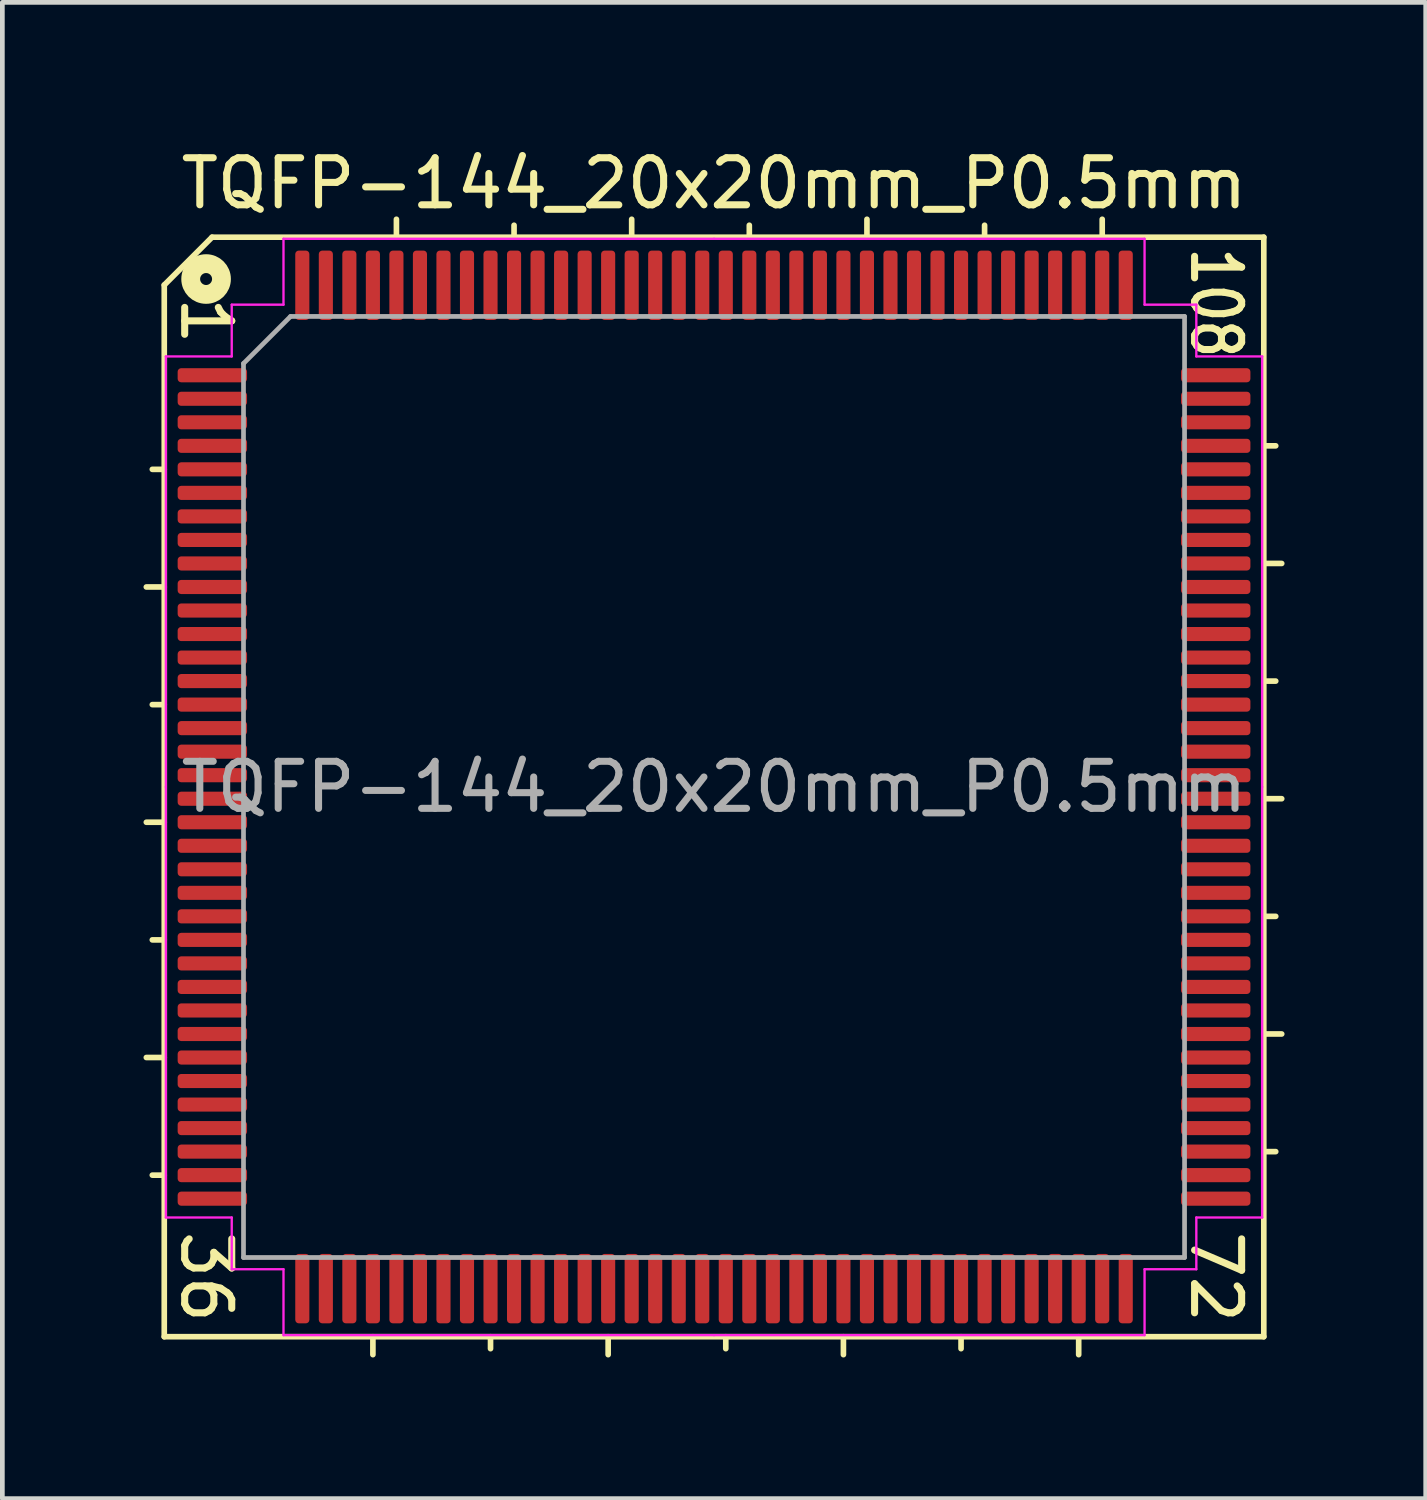
<source format=kicad_pcb>
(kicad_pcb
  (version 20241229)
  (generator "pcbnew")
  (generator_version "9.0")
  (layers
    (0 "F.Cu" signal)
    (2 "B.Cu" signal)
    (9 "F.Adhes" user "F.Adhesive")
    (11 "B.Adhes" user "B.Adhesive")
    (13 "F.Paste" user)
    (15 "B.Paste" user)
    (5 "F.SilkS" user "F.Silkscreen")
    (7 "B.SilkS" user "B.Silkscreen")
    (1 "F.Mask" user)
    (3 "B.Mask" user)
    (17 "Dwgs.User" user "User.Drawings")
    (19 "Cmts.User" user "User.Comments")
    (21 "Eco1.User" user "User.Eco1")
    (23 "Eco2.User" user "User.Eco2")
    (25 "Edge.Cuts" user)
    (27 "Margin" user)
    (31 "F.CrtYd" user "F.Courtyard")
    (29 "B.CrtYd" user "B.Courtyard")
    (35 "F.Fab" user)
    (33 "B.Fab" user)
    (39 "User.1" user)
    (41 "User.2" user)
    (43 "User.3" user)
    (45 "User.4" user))
  (footprint "TQFP-144_20x20mm_P0.5mm"
    (layer "F.Cu")
    (at 12.125 13.675)
    (property "Reference" "TQFP-144_20x20mm_P0.5mm" (at 0 -12.827 0) (layer "F.SilkS") (effects (font (size 1 1) (thickness 0.15))))
    (attr smd)
    (fp_line (start -11.684 -10.668) (end -11.684 11.684) (stroke (width 0.12) (type solid)) (layer "F.SilkS"))
    (fp_line (start -11.684 -6.75) (end -11.938 -6.75) (stroke (width 0.12) (type solid)) (layer "F.SilkS"))
    (fp_line (start -11.684 -4.25) (end -12.065 -4.25) (stroke (width 0.12) (type solid)) (layer "F.SilkS"))
    (fp_line (start -11.684 -1.75) (end -11.938 -1.75) (stroke (width 0.12) (type solid)) (layer "F.SilkS"))
    (fp_line (start -11.684 0.75) (end -12.065 0.75) (stroke (width 0.12) (type solid)) (layer "F.SilkS"))
    (fp_line (start -11.684 3.25) (end -11.938 3.25) (stroke (width 0.12) (type solid)) (layer "F.SilkS"))
    (fp_line (start -11.684 5.75) (end -12.065 5.75) (stroke (width 0.12) (type solid)) (layer "F.SilkS"))
    (fp_line (start -11.684 8.25) (end -11.938 8.25) (stroke (width 0.12) (type solid)) (layer "F.SilkS"))
    (fp_line (start -11.684 11.684) (end 11.684 11.684) (stroke (width 0.12) (type solid)) (layer "F.SilkS"))
    (fp_line (start -10.668 -11.684) (end -11.684 -10.668) (stroke (width 0.12) (type solid)) (layer "F.SilkS"))
    (fp_line (start -7.25 11.684) (end -7.25 12.065) (stroke (width 0.12) (type solid)) (layer "F.SilkS"))
    (fp_line (start -6.75 -11.684) (end -6.75 -12.065) (stroke (width 0.12) (type solid)) (layer "F.SilkS"))
    (fp_line (start -4.75 11.684) (end -4.75 11.938) (stroke (width 0.12) (type solid)) (layer "F.SilkS"))
    (fp_line (start -4.25 -11.684) (end -4.25 -11.938) (stroke (width 0.12) (type solid)) (layer "F.SilkS"))
    (fp_line (start -2.25 11.684) (end -2.25 12.065) (stroke (width 0.12) (type solid)) (layer "F.SilkS"))
    (fp_line (start -1.75 -11.684) (end -1.75 -12.065) (stroke (width 0.12) (type solid)) (layer "F.SilkS"))
    (fp_line (start 0.25 11.684) (end 0.25 11.938) (stroke (width 0.12) (type solid)) (layer "F.SilkS"))
    (fp_line (start 0.75 -11.684) (end 0.75 -11.938) (stroke (width 0.12) (type solid)) (layer "F.SilkS"))
    (fp_line (start 2.75 11.684) (end 2.75 12.065) (stroke (width 0.12) (type solid)) (layer "F.SilkS"))
    (fp_line (start 3.25 -11.684) (end 3.25 -12.065) (stroke (width 0.12) (type solid)) (layer "F.SilkS"))
    (fp_line (start 5.25 11.684) (end 5.25 11.938) (stroke (width 0.12) (type solid)) (layer "F.SilkS"))
    (fp_line (start 5.75 -11.684) (end 5.75 -11.938) (stroke (width 0.12) (type solid)) (layer "F.SilkS"))
    (fp_line (start 7.75 11.684) (end 7.75 12.065) (stroke (width 0.12) (type solid)) (layer "F.SilkS"))
    (fp_line (start 8.25 -11.684) (end 8.25 -12.065) (stroke (width 0.12) (type solid)) (layer "F.SilkS"))
    (fp_line (start 11.684 -11.684) (end -10.668 -11.684) (stroke (width 0.12) (type solid)) (layer "F.SilkS"))
    (fp_line (start 11.684 -7.25) (end 11.938 -7.25) (stroke (width 0.12) (type solid)) (layer "F.SilkS"))
    (fp_line (start 11.684 -4.75) (end 12.065 -4.75) (stroke (width 0.12) (type solid)) (layer "F.SilkS"))
    (fp_line (start 11.684 -2.25) (end 11.938 -2.25) (stroke (width 0.12) (type solid)) (layer "F.SilkS"))
    (fp_line (start 11.684 0.25) (end 12.065 0.25) (stroke (width 0.12) (type solid)) (layer "F.SilkS"))
    (fp_line (start 11.684 2.75) (end 11.938 2.75) (stroke (width 0.12) (type solid)) (layer "F.SilkS"))
    (fp_line (start 11.684 5.25) (end 12.065 5.25) (stroke (width 0.12) (type solid)) (layer "F.SilkS"))
    (fp_line (start 11.684 7.75) (end 11.938 7.75) (stroke (width 0.12) (type solid)) (layer "F.SilkS"))
    (fp_line (start 11.684 11.684) (end 11.684 -11.684) (stroke (width 0.12) (type solid)) (layer "F.SilkS"))
    (fp_circle (center -10.795 -10.795) (end -10.668 -10.795) (stroke (width 0.4) (type solid)) (fill no) (layer "F.SilkS"))
    (fp_line (start -11.65 -9.15) (end -11.65 0) (stroke (width 0.05) (type solid)) (layer "F.CrtYd"))
    (fp_line (start -11.65 9.15) (end -11.65 0) (stroke (width 0.05) (type solid)) (layer "F.CrtYd"))
    (fp_line (start -10.25 -10.25) (end -10.25 -9.15) (stroke (width 0.05) (type solid)) (layer "F.CrtYd"))
    (fp_line (start -10.25 -9.15) (end -11.65 -9.15) (stroke (width 0.05) (type solid)) (layer "F.CrtYd"))
    (fp_line (start -10.25 9.15) (end -11.65 9.15) (stroke (width 0.05) (type solid)) (layer "F.CrtYd"))
    (fp_line (start -10.25 10.25) (end -10.25 9.15) (stroke (width 0.05) (type solid)) (layer "F.CrtYd"))
    (fp_line (start -9.15 -11.65) (end -9.15 -10.25) (stroke (width 0.05) (type solid)) (layer "F.CrtYd"))
    (fp_line (start -9.15 -10.25) (end -10.25 -10.25) (stroke (width 0.05) (type solid)) (layer "F.CrtYd"))
    (fp_line (start -9.15 10.25) (end -10.25 10.25) (stroke (width 0.05) (type solid)) (layer "F.CrtYd"))
    (fp_line (start -9.15 11.65) (end -9.15 10.25) (stroke (width 0.05) (type solid)) (layer "F.CrtYd"))
    (fp_line (start 0 -11.65) (end -9.15 -11.65) (stroke (width 0.05) (type solid)) (layer "F.CrtYd"))
    (fp_line (start 0 -11.65) (end 9.15 -11.65) (stroke (width 0.05) (type solid)) (layer "F.CrtYd"))
    (fp_line (start 0 11.65) (end -9.15 11.65) (stroke (width 0.05) (type solid)) (layer "F.CrtYd"))
    (fp_line (start 0 11.65) (end 9.15 11.65) (stroke (width 0.05) (type solid)) (layer "F.CrtYd"))
    (fp_line (start 9.15 -11.65) (end 9.15 -10.25) (stroke (width 0.05) (type solid)) (layer "F.CrtYd"))
    (fp_line (start 9.15 -10.25) (end 10.25 -10.25) (stroke (width 0.05) (type solid)) (layer "F.CrtYd"))
    (fp_line (start 9.15 10.25) (end 10.25 10.25) (stroke (width 0.05) (type solid)) (layer "F.CrtYd"))
    (fp_line (start 9.15 11.65) (end 9.15 10.25) (stroke (width 0.05) (type solid)) (layer "F.CrtYd"))
    (fp_line (start 10.25 -10.25) (end 10.25 -9.15) (stroke (width 0.05) (type solid)) (layer "F.CrtYd"))
    (fp_line (start 10.25 -9.15) (end 11.65 -9.15) (stroke (width 0.05) (type solid)) (layer "F.CrtYd"))
    (fp_line (start 10.25 9.15) (end 11.65 9.15) (stroke (width 0.05) (type solid)) (layer "F.CrtYd"))
    (fp_line (start 10.25 10.25) (end 10.25 9.15) (stroke (width 0.05) (type solid)) (layer "F.CrtYd"))
    (fp_line (start 11.65 -9.15) (end 11.65 0) (stroke (width 0.05) (type solid)) (layer "F.CrtYd"))
    (fp_line (start 11.65 9.15) (end 11.65 0) (stroke (width 0.05) (type solid)) (layer "F.CrtYd"))
    (fp_line (start -10 -9) (end -9 -10) (stroke (width 0.1) (type solid)) (layer "F.Fab"))
    (fp_line (start -10 10) (end -10 -9) (stroke (width 0.1) (type solid)) (layer "F.Fab"))
    (fp_line (start -9 -10) (end 10 -10) (stroke (width 0.1) (type solid)) (layer "F.Fab"))
    (fp_line (start 10 -10) (end 10 10) (stroke (width 0.1) (type solid)) (layer "F.Fab"))
    (fp_line (start 10 10) (end -10 10) (stroke (width 0.1) (type solid)) (layer "F.Fab"))
    (fp_text user "1" (at -10.795 -9.906 270) (unlocked yes) (layer "F.SilkS") (effects (font (size 1 1) (thickness 0.15))))
    (fp_text user "36" (at -10.795 10.414 270) (unlocked yes) (layer "F.SilkS") (effects (font (size 1 1) (thickness 0.15))))
    (fp_text user "72" (at 10.668 10.414 270) (unlocked yes) (layer "F.SilkS") (effects (font (size 1 1) (thickness 0.15))))
    (fp_text user "108" (at 10.668 -10.287 270) (unlocked yes) (layer "F.SilkS") (effects (font (size 1 0.8) (thickness 0.15))))
    (fp_text user "${REFERENCE}" (at 0 0 0) (layer "F.Fab") (effects (font (size 1 1) (thickness 0.15))))
    (pad "1" smd roundrect (at -10.662 -8.75) (size 1.475 0.3) (layers "F.Cu" "F.Mask" "F.Paste") (roundrect_rratio 0.25))
    (pad "2" smd roundrect (at -10.662 -8.25) (size 1.475 0.3) (layers "F.Cu" "F.Mask" "F.Paste") (roundrect_rratio 0.25))
    (pad "3" smd roundrect (at -10.662 -7.75) (size 1.475 0.3) (layers "F.Cu" "F.Mask" "F.Paste") (roundrect_rratio 0.25))
    (pad "4" smd roundrect (at -10.662 -7.25) (size 1.475 0.3) (layers "F.Cu" "F.Mask" "F.Paste") (roundrect_rratio 0.25))
    (pad "5" smd roundrect (at -10.662 -6.75) (size 1.475 0.3) (layers "F.Cu" "F.Mask" "F.Paste") (roundrect_rratio 0.25))
    (pad "6" smd roundrect (at -10.662 -6.25) (size 1.475 0.3) (layers "F.Cu" "F.Mask" "F.Paste") (roundrect_rratio 0.25))
    (pad "7" smd roundrect (at -10.662 -5.75) (size 1.475 0.3) (layers "F.Cu" "F.Mask" "F.Paste") (roundrect_rratio 0.25))
    (pad "8" smd roundrect (at -10.662 -5.25) (size 1.475 0.3) (layers "F.Cu" "F.Mask" "F.Paste") (roundrect_rratio 0.25))
    (pad "9" smd roundrect (at -10.662 -4.75) (size 1.475 0.3) (layers "F.Cu" "F.Mask" "F.Paste") (roundrect_rratio 0.25))
    (pad "10" smd roundrect (at -10.662 -4.25) (size 1.475 0.3) (layers "F.Cu" "F.Mask" "F.Paste") (roundrect_rratio 0.25))
    (pad "11" smd roundrect (at -10.662 -3.75) (size 1.475 0.3) (layers "F.Cu" "F.Mask" "F.Paste") (roundrect_rratio 0.25))
    (pad "12" smd roundrect (at -10.662 -3.25) (size 1.475 0.3) (layers "F.Cu" "F.Mask" "F.Paste") (roundrect_rratio 0.25))
    (pad "13" smd roundrect (at -10.662 -2.75) (size 1.475 0.3) (layers "F.Cu" "F.Mask" "F.Paste") (roundrect_rratio 0.25))
    (pad "14" smd roundrect (at -10.662 -2.25) (size 1.475 0.3) (layers "F.Cu" "F.Mask" "F.Paste") (roundrect_rratio 0.25))
    (pad "15" smd roundrect (at -10.662 -1.75) (size 1.475 0.3) (layers "F.Cu" "F.Mask" "F.Paste") (roundrect_rratio 0.25))
    (pad "16" smd roundrect (at -10.662 -1.25) (size 1.475 0.3) (layers "F.Cu" "F.Mask" "F.Paste") (roundrect_rratio 0.25))
    (pad "17" smd roundrect (at -10.662 -0.75) (size 1.475 0.3) (layers "F.Cu" "F.Mask" "F.Paste") (roundrect_rratio 0.25))
    (pad "18" smd roundrect (at -10.662 -0.25) (size 1.475 0.3) (layers "F.Cu" "F.Mask" "F.Paste") (roundrect_rratio 0.25))
    (pad "19" smd roundrect (at -10.662 0.25) (size 1.475 0.3) (layers "F.Cu" "F.Mask" "F.Paste") (roundrect_rratio 0.25))
    (pad "20" smd roundrect (at -10.662 0.75) (size 1.475 0.3) (layers "F.Cu" "F.Mask" "F.Paste") (roundrect_rratio 0.25))
    (pad "21" smd roundrect (at -10.662 1.25) (size 1.475 0.3) (layers "F.Cu" "F.Mask" "F.Paste") (roundrect_rratio 0.25))
    (pad "22" smd roundrect (at -10.662 1.75) (size 1.475 0.3) (layers "F.Cu" "F.Mask" "F.Paste") (roundrect_rratio 0.25))
    (pad "23" smd roundrect (at -10.662 2.25) (size 1.475 0.3) (layers "F.Cu" "F.Mask" "F.Paste") (roundrect_rratio 0.25))
    (pad "24" smd roundrect (at -10.662 2.75) (size 1.475 0.3) (layers "F.Cu" "F.Mask" "F.Paste") (roundrect_rratio 0.25))
    (pad "25" smd roundrect (at -10.662 3.25) (size 1.475 0.3) (layers "F.Cu" "F.Mask" "F.Paste") (roundrect_rratio 0.25))
    (pad "26" smd roundrect (at -10.662 3.75) (size 1.475 0.3) (layers "F.Cu" "F.Mask" "F.Paste") (roundrect_rratio 0.25))
    (pad "27" smd roundrect (at -10.662 4.25) (size 1.475 0.3) (layers "F.Cu" "F.Mask" "F.Paste") (roundrect_rratio 0.25))
    (pad "28" smd roundrect (at -10.662 4.75) (size 1.475 0.3) (layers "F.Cu" "F.Mask" "F.Paste") (roundrect_rratio 0.25))
    (pad "29" smd roundrect (at -10.662 5.25) (size 1.475 0.3) (layers "F.Cu" "F.Mask" "F.Paste") (roundrect_rratio 0.25))
    (pad "30" smd roundrect (at -10.662 5.75) (size 1.475 0.3) (layers "F.Cu" "F.Mask" "F.Paste") (roundrect_rratio 0.25))
    (pad "31" smd roundrect (at -10.662 6.25) (size 1.475 0.3) (layers "F.Cu" "F.Mask" "F.Paste") (roundrect_rratio 0.25))
    (pad "32" smd roundrect (at -10.662 6.75) (size 1.475 0.3) (layers "F.Cu" "F.Mask" "F.Paste") (roundrect_rratio 0.25))
    (pad "33" smd roundrect (at -10.662 7.25) (size 1.475 0.3) (layers "F.Cu" "F.Mask" "F.Paste") (roundrect_rratio 0.25))
    (pad "34" smd roundrect (at -10.662 7.75) (size 1.475 0.3) (layers "F.Cu" "F.Mask" "F.Paste") (roundrect_rratio 0.25))
    (pad "35" smd roundrect (at -10.662 8.25) (size 1.475 0.3) (layers "F.Cu" "F.Mask" "F.Paste") (roundrect_rratio 0.25))
    (pad "36" smd roundrect (at -10.662 8.75) (size 1.475 0.3) (layers "F.Cu" "F.Mask" "F.Paste") (roundrect_rratio 0.25))
    (pad "37" smd roundrect (at -8.75 10.662) (size 0.3 1.475) (layers "F.Cu" "F.Mask" "F.Paste") (roundrect_rratio 0.25))
    (pad "38" smd roundrect (at -8.25 10.662) (size 0.3 1.475) (layers "F.Cu" "F.Mask" "F.Paste") (roundrect_rratio 0.25))
    (pad "39" smd roundrect (at -7.75 10.662) (size 0.3 1.475) (layers "F.Cu" "F.Mask" "F.Paste") (roundrect_rratio 0.25))
    (pad "40" smd roundrect (at -7.25 10.662) (size 0.3 1.475) (layers "F.Cu" "F.Mask" "F.Paste") (roundrect_rratio 0.25))
    (pad "41" smd roundrect (at -6.75 10.662) (size 0.3 1.475) (layers "F.Cu" "F.Mask" "F.Paste") (roundrect_rratio 0.25))
    (pad "42" smd roundrect (at -6.25 10.662) (size 0.3 1.475) (layers "F.Cu" "F.Mask" "F.Paste") (roundrect_rratio 0.25))
    (pad "43" smd roundrect (at -5.75 10.662) (size 0.3 1.475) (layers "F.Cu" "F.Mask" "F.Paste") (roundrect_rratio 0.25))
    (pad "44" smd roundrect (at -5.25 10.662) (size 0.3 1.475) (layers "F.Cu" "F.Mask" "F.Paste") (roundrect_rratio 0.25))
    (pad "45" smd roundrect (at -4.75 10.662) (size 0.3 1.475) (layers "F.Cu" "F.Mask" "F.Paste") (roundrect_rratio 0.25))
    (pad "46" smd roundrect (at -4.25 10.662) (size 0.3 1.475) (layers "F.Cu" "F.Mask" "F.Paste") (roundrect_rratio 0.25))
    (pad "47" smd roundrect (at -3.75 10.662) (size 0.3 1.475) (layers "F.Cu" "F.Mask" "F.Paste") (roundrect_rratio 0.25))
    (pad "48" smd roundrect (at -3.25 10.662) (size 0.3 1.475) (layers "F.Cu" "F.Mask" "F.Paste") (roundrect_rratio 0.25))
    (pad "49" smd roundrect (at -2.75 10.662) (size 0.3 1.475) (layers "F.Cu" "F.Mask" "F.Paste") (roundrect_rratio 0.25))
    (pad "50" smd roundrect (at -2.25 10.662) (size 0.3 1.475) (layers "F.Cu" "F.Mask" "F.Paste") (roundrect_rratio 0.25))
    (pad "51" smd roundrect (at -1.75 10.662) (size 0.3 1.475) (layers "F.Cu" "F.Mask" "F.Paste") (roundrect_rratio 0.25))
    (pad "52" smd roundrect (at -1.25 10.662) (size 0.3 1.475) (layers "F.Cu" "F.Mask" "F.Paste") (roundrect_rratio 0.25))
    (pad "53" smd roundrect (at -0.75 10.662) (size 0.3 1.475) (layers "F.Cu" "F.Mask" "F.Paste") (roundrect_rratio 0.25))
    (pad "54" smd roundrect (at -0.25 10.662) (size 0.3 1.475) (layers "F.Cu" "F.Mask" "F.Paste") (roundrect_rratio 0.25))
    (pad "55" smd roundrect (at 0.25 10.662) (size 0.3 1.475) (layers "F.Cu" "F.Mask" "F.Paste") (roundrect_rratio 0.25))
    (pad "56" smd roundrect (at 0.75 10.662) (size 0.3 1.475) (layers "F.Cu" "F.Mask" "F.Paste") (roundrect_rratio 0.25))
    (pad "57" smd roundrect (at 1.25 10.662) (size 0.3 1.475) (layers "F.Cu" "F.Mask" "F.Paste") (roundrect_rratio 0.25))
    (pad "58" smd roundrect (at 1.75 10.662) (size 0.3 1.475) (layers "F.Cu" "F.Mask" "F.Paste") (roundrect_rratio 0.25))
    (pad "59" smd roundrect (at 2.25 10.662) (size 0.3 1.475) (layers "F.Cu" "F.Mask" "F.Paste") (roundrect_rratio 0.25))
    (pad "60" smd roundrect (at 2.75 10.662) (size 0.3 1.475) (layers "F.Cu" "F.Mask" "F.Paste") (roundrect_rratio 0.25))
    (pad "61" smd roundrect (at 3.25 10.662) (size 0.3 1.475) (layers "F.Cu" "F.Mask" "F.Paste") (roundrect_rratio 0.25))
    (pad "62" smd roundrect (at 3.75 10.662) (size 0.3 1.475) (layers "F.Cu" "F.Mask" "F.Paste") (roundrect_rratio 0.25))
    (pad "63" smd roundrect (at 4.25 10.662) (size 0.3 1.475) (layers "F.Cu" "F.Mask" "F.Paste") (roundrect_rratio 0.25))
    (pad "64" smd roundrect (at 4.75 10.662) (size 0.3 1.475) (layers "F.Cu" "F.Mask" "F.Paste") (roundrect_rratio 0.25))
    (pad "65" smd roundrect (at 5.25 10.662) (size 0.3 1.475) (layers "F.Cu" "F.Mask" "F.Paste") (roundrect_rratio 0.25))
    (pad "66" smd roundrect (at 5.75 10.662) (size 0.3 1.475) (layers "F.Cu" "F.Mask" "F.Paste") (roundrect_rratio 0.25))
    (pad "67" smd roundrect (at 6.25 10.662) (size 0.3 1.475) (layers "F.Cu" "F.Mask" "F.Paste") (roundrect_rratio 0.25))
    (pad "68" smd roundrect (at 6.75 10.662) (size 0.3 1.475) (layers "F.Cu" "F.Mask" "F.Paste") (roundrect_rratio 0.25))
    (pad "69" smd roundrect (at 7.25 10.662) (size 0.3 1.475) (layers "F.Cu" "F.Mask" "F.Paste") (roundrect_rratio 0.25))
    (pad "70" smd roundrect (at 7.75 10.662) (size 0.3 1.475) (layers "F.Cu" "F.Mask" "F.Paste") (roundrect_rratio 0.25))
    (pad "71" smd roundrect (at 8.25 10.662) (size 0.3 1.475) (layers "F.Cu" "F.Mask" "F.Paste") (roundrect_rratio 0.25))
    (pad "72" smd roundrect (at 8.75 10.662) (size 0.3 1.475) (layers "F.Cu" "F.Mask" "F.Paste") (roundrect_rratio 0.25))
    (pad "73" smd roundrect (at 10.662 8.75) (size 1.475 0.3) (layers "F.Cu" "F.Mask" "F.Paste") (roundrect_rratio 0.25))
    (pad "74" smd roundrect (at 10.662 8.25) (size 1.475 0.3) (layers "F.Cu" "F.Mask" "F.Paste") (roundrect_rratio 0.25))
    (pad "75" smd roundrect (at 10.662 7.75) (size 1.475 0.3) (layers "F.Cu" "F.Mask" "F.Paste") (roundrect_rratio 0.25))
    (pad "76" smd roundrect (at 10.662 7.25) (size 1.475 0.3) (layers "F.Cu" "F.Mask" "F.Paste") (roundrect_rratio 0.25))
    (pad "77" smd roundrect (at 10.662 6.75) (size 1.475 0.3) (layers "F.Cu" "F.Mask" "F.Paste") (roundrect_rratio 0.25))
    (pad "78" smd roundrect (at 10.662 6.25) (size 1.475 0.3) (layers "F.Cu" "F.Mask" "F.Paste") (roundrect_rratio 0.25))
    (pad "79" smd roundrect (at 10.662 5.75) (size 1.475 0.3) (layers "F.Cu" "F.Mask" "F.Paste") (roundrect_rratio 0.25))
    (pad "80" smd roundrect (at 10.662 5.25) (size 1.475 0.3) (layers "F.Cu" "F.Mask" "F.Paste") (roundrect_rratio 0.25))
    (pad "81" smd roundrect (at 10.662 4.75) (size 1.475 0.3) (layers "F.Cu" "F.Mask" "F.Paste") (roundrect_rratio 0.25))
    (pad "82" smd roundrect (at 10.662 4.25) (size 1.475 0.3) (layers "F.Cu" "F.Mask" "F.Paste") (roundrect_rratio 0.25))
    (pad "83" smd roundrect (at 10.662 3.75) (size 1.475 0.3) (layers "F.Cu" "F.Mask" "F.Paste") (roundrect_rratio 0.25))
    (pad "84" smd roundrect (at 10.662 3.25) (size 1.475 0.3) (layers "F.Cu" "F.Mask" "F.Paste") (roundrect_rratio 0.25))
    (pad "85" smd roundrect (at 10.662 2.75) (size 1.475 0.3) (layers "F.Cu" "F.Mask" "F.Paste") (roundrect_rratio 0.25))
    (pad "86" smd roundrect (at 10.662 2.25) (size 1.475 0.3) (layers "F.Cu" "F.Mask" "F.Paste") (roundrect_rratio 0.25))
    (pad "87" smd roundrect (at 10.662 1.75) (size 1.475 0.3) (layers "F.Cu" "F.Mask" "F.Paste") (roundrect_rratio 0.25))
    (pad "88" smd roundrect (at 10.662 1.25) (size 1.475 0.3) (layers "F.Cu" "F.Mask" "F.Paste") (roundrect_rratio 0.25))
    (pad "89" smd roundrect (at 10.662 0.75) (size 1.475 0.3) (layers "F.Cu" "F.Mask" "F.Paste") (roundrect_rratio 0.25))
    (pad "90" smd roundrect (at 10.662 0.25) (size 1.475 0.3) (layers "F.Cu" "F.Mask" "F.Paste") (roundrect_rratio 0.25))
    (pad "91" smd roundrect (at 10.662 -0.25) (size 1.475 0.3) (layers "F.Cu" "F.Mask" "F.Paste") (roundrect_rratio 0.25))
    (pad "92" smd roundrect (at 10.662 -0.75) (size 1.475 0.3) (layers "F.Cu" "F.Mask" "F.Paste") (roundrect_rratio 0.25))
    (pad "93" smd roundrect (at 10.662 -1.25) (size 1.475 0.3) (layers "F.Cu" "F.Mask" "F.Paste") (roundrect_rratio 0.25))
    (pad "94" smd roundrect (at 10.662 -1.75) (size 1.475 0.3) (layers "F.Cu" "F.Mask" "F.Paste") (roundrect_rratio 0.25))
    (pad "95" smd roundrect (at 10.662 -2.25) (size 1.475 0.3) (layers "F.Cu" "F.Mask" "F.Paste") (roundrect_rratio 0.25))
    (pad "96" smd roundrect (at 10.662 -2.75) (size 1.475 0.3) (layers "F.Cu" "F.Mask" "F.Paste") (roundrect_rratio 0.25))
    (pad "97" smd roundrect (at 10.662 -3.25) (size 1.475 0.3) (layers "F.Cu" "F.Mask" "F.Paste") (roundrect_rratio 0.25))
    (pad "98" smd roundrect (at 10.662 -3.75) (size 1.475 0.3) (layers "F.Cu" "F.Mask" "F.Paste") (roundrect_rratio 0.25))
    (pad "99" smd roundrect (at 10.662 -4.25) (size 1.475 0.3) (layers "F.Cu" "F.Mask" "F.Paste") (roundrect_rratio 0.25))
    (pad "100" smd roundrect (at 10.662 -4.75) (size 1.475 0.3) (layers "F.Cu" "F.Mask" "F.Paste") (roundrect_rratio 0.25))
    (pad "101" smd roundrect (at 10.662 -5.25) (size 1.475 0.3) (layers "F.Cu" "F.Mask" "F.Paste") (roundrect_rratio 0.25))
    (pad "102" smd roundrect (at 10.662 -5.75) (size 1.475 0.3) (layers "F.Cu" "F.Mask" "F.Paste") (roundrect_rratio 0.25))
    (pad "103" smd roundrect (at 10.662 -6.25) (size 1.475 0.3) (layers "F.Cu" "F.Mask" "F.Paste") (roundrect_rratio 0.25))
    (pad "104" smd roundrect (at 10.662 -6.75) (size 1.475 0.3) (layers "F.Cu" "F.Mask" "F.Paste") (roundrect_rratio 0.25))
    (pad "105" smd roundrect (at 10.662 -7.25) (size 1.475 0.3) (layers "F.Cu" "F.Mask" "F.Paste") (roundrect_rratio 0.25))
    (pad "106" smd roundrect (at 10.662 -7.75) (size 1.475 0.3) (layers "F.Cu" "F.Mask" "F.Paste") (roundrect_rratio 0.25))
    (pad "107" smd roundrect (at 10.662 -8.25) (size 1.475 0.3) (layers "F.Cu" "F.Mask" "F.Paste") (roundrect_rratio 0.25))
    (pad "108" smd roundrect (at 10.662 -8.75) (size 1.475 0.3) (layers "F.Cu" "F.Mask" "F.Paste") (roundrect_rratio 0.25))
    (pad "109" smd roundrect (at 8.75 -10.662) (size 0.3 1.475) (layers "F.Cu" "F.Mask" "F.Paste") (roundrect_rratio 0.25))
    (pad "110" smd roundrect (at 8.25 -10.662) (size 0.3 1.475) (layers "F.Cu" "F.Mask" "F.Paste") (roundrect_rratio 0.25))
    (pad "111" smd roundrect (at 7.75 -10.662) (size 0.3 1.475) (layers "F.Cu" "F.Mask" "F.Paste") (roundrect_rratio 0.25))
    (pad "112" smd roundrect (at 7.25 -10.662) (size 0.3 1.475) (layers "F.Cu" "F.Mask" "F.Paste") (roundrect_rratio 0.25))
    (pad "113" smd roundrect (at 6.75 -10.662) (size 0.3 1.475) (layers "F.Cu" "F.Mask" "F.Paste") (roundrect_rratio 0.25))
    (pad "114" smd roundrect (at 6.25 -10.662) (size 0.3 1.475) (layers "F.Cu" "F.Mask" "F.Paste") (roundrect_rratio 0.25))
    (pad "115" smd roundrect (at 5.75 -10.662) (size 0.3 1.475) (layers "F.Cu" "F.Mask" "F.Paste") (roundrect_rratio 0.25))
    (pad "116" smd roundrect (at 5.25 -10.662) (size 0.3 1.475) (layers "F.Cu" "F.Mask" "F.Paste") (roundrect_rratio 0.25))
    (pad "117" smd roundrect (at 4.75 -10.662) (size 0.3 1.475) (layers "F.Cu" "F.Mask" "F.Paste") (roundrect_rratio 0.25))
    (pad "118" smd roundrect (at 4.25 -10.662) (size 0.3 1.475) (layers "F.Cu" "F.Mask" "F.Paste") (roundrect_rratio 0.25))
    (pad "119" smd roundrect (at 3.75 -10.662) (size 0.3 1.475) (layers "F.Cu" "F.Mask" "F.Paste") (roundrect_rratio 0.25))
    (pad "120" smd roundrect (at 3.25 -10.662) (size 0.3 1.475) (layers "F.Cu" "F.Mask" "F.Paste") (roundrect_rratio 0.25))
    (pad "121" smd roundrect (at 2.75 -10.662) (size 0.3 1.475) (layers "F.Cu" "F.Mask" "F.Paste") (roundrect_rratio 0.25))
    (pad "122" smd roundrect (at 2.25 -10.662) (size 0.3 1.475) (layers "F.Cu" "F.Mask" "F.Paste") (roundrect_rratio 0.25))
    (pad "123" smd roundrect (at 1.75 -10.662) (size 0.3 1.475) (layers "F.Cu" "F.Mask" "F.Paste") (roundrect_rratio 0.25))
    (pad "124" smd roundrect (at 1.25 -10.662) (size 0.3 1.475) (layers "F.Cu" "F.Mask" "F.Paste") (roundrect_rratio 0.25))
    (pad "125" smd roundrect (at 0.75 -10.662) (size 0.3 1.475) (layers "F.Cu" "F.Mask" "F.Paste") (roundrect_rratio 0.25))
    (pad "126" smd roundrect (at 0.25 -10.662) (size 0.3 1.475) (layers "F.Cu" "F.Mask" "F.Paste") (roundrect_rratio 0.25))
    (pad "127" smd roundrect (at -0.25 -10.662) (size 0.3 1.475) (layers "F.Cu" "F.Mask" "F.Paste") (roundrect_rratio 0.25))
    (pad "128" smd roundrect (at -0.75 -10.662) (size 0.3 1.475) (layers "F.Cu" "F.Mask" "F.Paste") (roundrect_rratio 0.25))
    (pad "129" smd roundrect (at -1.25 -10.662) (size 0.3 1.475) (layers "F.Cu" "F.Mask" "F.Paste") (roundrect_rratio 0.25))
    (pad "130" smd roundrect (at -1.75 -10.662) (size 0.3 1.475) (layers "F.Cu" "F.Mask" "F.Paste") (roundrect_rratio 0.25))
    (pad "131" smd roundrect (at -2.25 -10.662) (size 0.3 1.475) (layers "F.Cu" "F.Mask" "F.Paste") (roundrect_rratio 0.25))
    (pad "132" smd roundrect (at -2.75 -10.662) (size 0.3 1.475) (layers "F.Cu" "F.Mask" "F.Paste") (roundrect_rratio 0.25))
    (pad "133" smd roundrect (at -3.25 -10.662) (size 0.3 1.475) (layers "F.Cu" "F.Mask" "F.Paste") (roundrect_rratio 0.25))
    (pad "134" smd roundrect (at -3.75 -10.662) (size 0.3 1.475) (layers "F.Cu" "F.Mask" "F.Paste") (roundrect_rratio 0.25))
    (pad "135" smd roundrect (at -4.25 -10.662) (size 0.3 1.475) (layers "F.Cu" "F.Mask" "F.Paste") (roundrect_rratio 0.25))
    (pad "136" smd roundrect (at -4.75 -10.662) (size 0.3 1.475) (layers "F.Cu" "F.Mask" "F.Paste") (roundrect_rratio 0.25))
    (pad "137" smd roundrect (at -5.25 -10.662) (size 0.3 1.475) (layers "F.Cu" "F.Mask" "F.Paste") (roundrect_rratio 0.25))
    (pad "138" smd roundrect (at -5.75 -10.662) (size 0.3 1.475) (layers "F.Cu" "F.Mask" "F.Paste") (roundrect_rratio 0.25))
    (pad "139" smd roundrect (at -6.25 -10.662) (size 0.3 1.475) (layers "F.Cu" "F.Mask" "F.Paste") (roundrect_rratio 0.25))
    (pad "140" smd roundrect (at -6.75 -10.662) (size 0.3 1.475) (layers "F.Cu" "F.Mask" "F.Paste") (roundrect_rratio 0.25))
    (pad "141" smd roundrect (at -7.25 -10.662) (size 0.3 1.475) (layers "F.Cu" "F.Mask" "F.Paste") (roundrect_rratio 0.25))
    (pad "142" smd roundrect (at -7.75 -10.662) (size 0.3 1.475) (layers "F.Cu" "F.Mask" "F.Paste") (roundrect_rratio 0.25))
    (pad "143" smd roundrect (at -8.25 -10.662) (size 0.3 1.475) (layers "F.Cu" "F.Mask" "F.Paste") (roundrect_rratio 0.25))
    (pad "144" smd roundrect (at -8.75 -10.662) (size 0.3 1.475) (layers "F.Cu" "F.Mask" "F.Paste") (roundrect_rratio 0.25)))
  (gr_rect
    (start -3 -3)
    (end 27.25 28.8)
    (stroke (width 0.1) (type default))
    (fill no)
    (layer "Edge.Cuts")))
</source>
